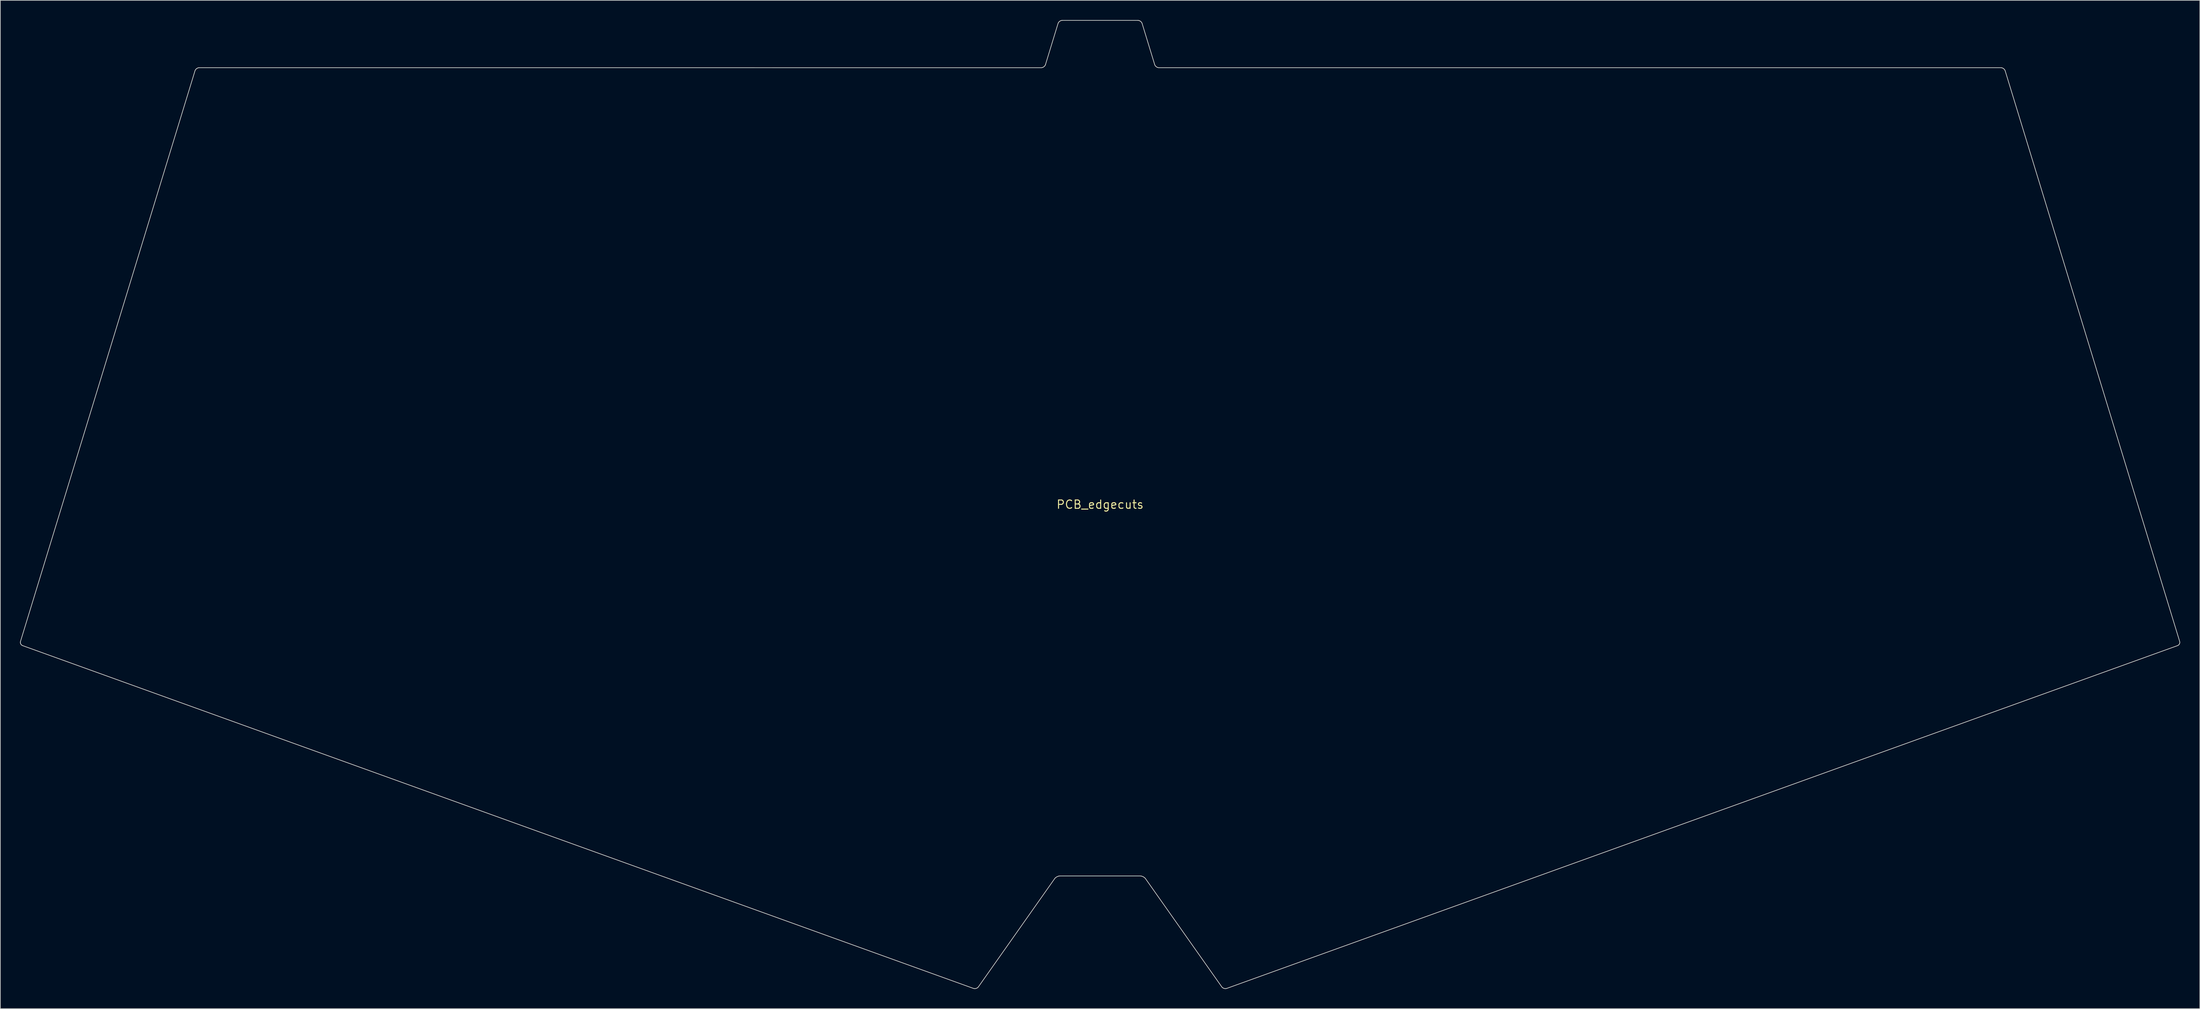
<source format=kicad_pcb>
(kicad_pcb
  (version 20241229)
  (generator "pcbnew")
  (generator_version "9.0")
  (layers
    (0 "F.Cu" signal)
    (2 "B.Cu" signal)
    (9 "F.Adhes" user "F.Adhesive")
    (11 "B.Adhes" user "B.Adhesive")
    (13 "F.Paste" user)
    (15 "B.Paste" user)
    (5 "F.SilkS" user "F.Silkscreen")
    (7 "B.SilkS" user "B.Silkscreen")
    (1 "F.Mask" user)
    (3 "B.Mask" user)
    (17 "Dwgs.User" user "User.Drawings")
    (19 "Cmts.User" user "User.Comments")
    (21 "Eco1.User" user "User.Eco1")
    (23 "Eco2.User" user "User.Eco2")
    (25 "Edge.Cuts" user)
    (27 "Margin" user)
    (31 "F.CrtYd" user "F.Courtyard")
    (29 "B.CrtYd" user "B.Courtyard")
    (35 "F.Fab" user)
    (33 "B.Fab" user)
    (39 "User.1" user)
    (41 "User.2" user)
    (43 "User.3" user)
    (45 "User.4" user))
  (footprint "PCB_edgecuts"
    (layer "F.Cu")
    (at 164.31 73.718)
    (property "Reference" "PCB_edgecuts" (at 0 0 0) (layer "F.SilkS") (effects (font (size 1.27 1.27) (thickness 0.15))))
    (attr through_hole)
    (fp_line (start -164.26 21.026) (end -164.242 21.123) (stroke (width 0.1) (type solid)) (layer "Edge.Cuts"))
    (fp_line (start -164.26 20.927) (end -164.26 21.026) (stroke (width 0.1) (type solid)) (layer "Edge.Cuts"))
    (fp_line (start -164.242 21.123) (end -164.206 21.215) (stroke (width 0.1) (type solid)) (layer "Edge.Cuts"))
    (fp_line (start -164.24 20.827) (end -164.26 20.927) (stroke (width 0.1) (type solid)) (layer "Edge.Cuts"))
    (fp_line (start -164.206 21.215) (end -164.154 21.298) (stroke (width 0.1) (type solid)) (layer "Edge.Cuts"))
    (fp_line (start -164.154 21.298) (end -164.088 21.371) (stroke (width 0.1) (type solid)) (layer "Edge.Cuts"))
    (fp_line (start -164.088 21.371) (end -164.008 21.431) (stroke (width 0.1) (type solid)) (layer "Edge.Cuts"))
    (fp_line (start -164.008 21.431) (end -163.916 21.475) (stroke (width 0.1) (type solid)) (layer "Edge.Cuts"))
    (fp_line (start -163.916 21.475) (end -19.27 73.634) (stroke (width 0.1) (type solid)) (layer "Edge.Cuts"))
    (fp_line (start -137.696 -65.991) (end -164.24 20.827) (stroke (width 0.1) (type solid)) (layer "Edge.Cuts"))
    (fp_line (start -137.656 -66.088) (end -137.696 -65.991) (stroke (width 0.1) (type solid)) (layer "Edge.Cuts"))
    (fp_line (start -137.6 -66.177) (end -137.656 -66.088) (stroke (width 0.1) (type solid)) (layer "Edge.Cuts"))
    (fp_line (start -137.529 -66.259) (end -137.6 -66.177) (stroke (width 0.1) (type solid)) (layer "Edge.Cuts"))
    (fp_line (start -137.446 -66.329) (end -137.529 -66.259) (stroke (width 0.1) (type solid)) (layer "Edge.Cuts"))
    (fp_line (start -137.354 -66.388) (end -137.446 -66.329) (stroke (width 0.1) (type solid)) (layer "Edge.Cuts"))
    (fp_line (start -137.256 -66.432) (end -137.354 -66.388) (stroke (width 0.1) (type solid)) (layer "Edge.Cuts"))
    (fp_line (start -137.154 -66.46) (end -137.256 -66.432) (stroke (width 0.1) (type solid)) (layer "Edge.Cuts"))
    (fp_line (start -137.05 -66.469) (end -137.154 -66.46) (stroke (width 0.1) (type solid)) (layer "Edge.Cuts"))
    (fp_line (start -19.27 73.634) (end -19.169 73.66) (stroke (width 0.1) (type solid)) (layer "Edge.Cuts"))
    (fp_line (start -19.169 73.66) (end -19.064 73.668) (stroke (width 0.1) (type solid)) (layer "Edge.Cuts"))
    (fp_line (start -19.064 73.668) (end -18.958 73.659) (stroke (width 0.1) (type solid)) (layer "Edge.Cuts"))
    (fp_line (start -18.958 73.659) (end -18.853 73.634) (stroke (width 0.1) (type solid)) (layer "Edge.Cuts"))
    (fp_line (start -18.853 73.634) (end -18.753 73.594) (stroke (width 0.1) (type solid)) (layer "Edge.Cuts"))
    (fp_line (start -18.753 73.594) (end -18.66 73.54) (stroke (width 0.1) (type solid)) (layer "Edge.Cuts"))
    (fp_line (start -18.66 73.54) (end -18.579 73.473) (stroke (width 0.1) (type solid)) (layer "Edge.Cuts"))
    (fp_line (start -18.579 73.473) (end -18.511 73.395) (stroke (width 0.1) (type solid)) (layer "Edge.Cuts"))
    (fp_line (start -18.511 73.395) (end -6.908 56.931) (stroke (width 0.1) (type solid)) (layer "Edge.Cuts"))
    (fp_line (start -8.951 -66.466) (end -137.05 -66.469) (stroke (width 0.1) (type solid)) (layer "Edge.Cuts"))
    (fp_line (start -8.847 -66.476) (end -8.951 -66.466) (stroke (width 0.1) (type solid)) (layer "Edge.Cuts"))
    (fp_line (start -8.745 -66.504) (end -8.847 -66.476) (stroke (width 0.1) (type solid)) (layer "Edge.Cuts"))
    (fp_line (start -8.646 -66.548) (end -8.745 -66.504) (stroke (width 0.1) (type solid)) (layer "Edge.Cuts"))
    (fp_line (start -8.554 -66.606) (end -8.646 -66.548) (stroke (width 0.1) (type solid)) (layer "Edge.Cuts"))
    (fp_line (start -8.472 -66.677) (end -8.554 -66.606) (stroke (width 0.1) (type solid)) (layer "Edge.Cuts"))
    (fp_line (start -8.401 -66.759) (end -8.472 -66.677) (stroke (width 0.1) (type solid)) (layer "Edge.Cuts"))
    (fp_line (start -8.344 -66.848) (end -8.401 -66.759) (stroke (width 0.1) (type solid)) (layer "Edge.Cuts"))
    (fp_line (start -8.305 -66.945) (end -8.344 -66.848) (stroke (width 0.1) (type solid)) (layer "Edge.Cuts"))
    (fp_line (start -8.305 -66.945) (end -8.305 -66.945) (stroke (width 0.1) (type solid)) (layer "Edge.Cuts"))
    (fp_line (start -6.908 56.931) (end -6.84 56.849) (stroke (width 0.1) (type solid)) (layer "Edge.Cuts"))
    (fp_line (start -6.84 56.849) (end -6.757 56.772) (stroke (width 0.1) (type solid)) (layer "Edge.Cuts"))
    (fp_line (start -6.757 56.772) (end -6.558 56.642) (stroke (width 0.1) (type solid)) (layer "Edge.Cuts"))
    (fp_line (start -6.558 56.642) (end -6.337 56.555) (stroke (width 0.1) (type solid)) (layer "Edge.Cuts"))
    (fp_line (start -6.396 -73.19) (end -8.305 -66.945) (stroke (width 0.1) (type solid)) (layer "Edge.Cuts"))
    (fp_line (start -6.356 -73.287) (end -6.396 -73.19) (stroke (width 0.1) (type solid)) (layer "Edge.Cuts"))
    (fp_line (start -6.337 56.555) (end -6.227 56.531) (stroke (width 0.1) (type solid)) (layer "Edge.Cuts"))
    (fp_line (start -6.3 -73.376) (end -6.356 -73.287) (stroke (width 0.1) (type solid)) (layer "Edge.Cuts"))
    (fp_line (start -6.229 -73.458) (end -6.3 -73.376) (stroke (width 0.1) (type solid)) (layer "Edge.Cuts"))
    (fp_line (start -6.227 56.531) (end -6.12 56.522) (stroke (width 0.1) (type solid)) (layer "Edge.Cuts"))
    (fp_line (start -6.146 -73.528) (end -6.229 -73.458) (stroke (width 0.1) (type solid)) (layer "Edge.Cuts"))
    (fp_line (start -6.12 56.522) (end 6.12 56.522) (stroke (width 0.1) (type solid)) (layer "Edge.Cuts"))
    (fp_line (start -6.054 -73.587) (end -6.146 -73.528) (stroke (width 0.1) (type solid)) (layer "Edge.Cuts"))
    (fp_line (start -5.956 -73.631) (end -6.054 -73.587) (stroke (width 0.1) (type solid)) (layer "Edge.Cuts"))
    (fp_line (start -5.854 -73.659) (end -5.956 -73.631) (stroke (width 0.1) (type solid)) (layer "Edge.Cuts"))
    (fp_line (start -5.75 -73.668) (end -5.854 -73.659) (stroke (width 0.1) (type solid)) (layer "Edge.Cuts"))
    (fp_line (start 5.75 -73.668) (end -5.75 -73.668) (stroke (width 0.1) (type solid)) (layer "Edge.Cuts"))
    (fp_line (start 5.854 -73.659) (end 5.75 -73.668) (stroke (width 0.1) (type solid)) (layer "Edge.Cuts"))
    (fp_line (start 5.956 -73.631) (end 5.854 -73.659) (stroke (width 0.1) (type solid)) (layer "Edge.Cuts"))
    (fp_line (start 6.055 -73.587) (end 5.956 -73.631) (stroke (width 0.1) (type solid)) (layer "Edge.Cuts"))
    (fp_line (start 6.12 56.522) (end 6.227 56.531) (stroke (width 0.1) (type solid)) (layer "Edge.Cuts"))
    (fp_line (start 6.146 -73.528) (end 6.055 -73.587) (stroke (width 0.1) (type solid)) (layer "Edge.Cuts"))
    (fp_line (start 6.227 56.531) (end 6.337 56.555) (stroke (width 0.1) (type solid)) (layer "Edge.Cuts"))
    (fp_line (start 6.229 -73.458) (end 6.146 -73.528) (stroke (width 0.1) (type solid)) (layer "Edge.Cuts"))
    (fp_line (start 6.3 -73.376) (end 6.229 -73.458) (stroke (width 0.1) (type solid)) (layer "Edge.Cuts"))
    (fp_line (start 6.337 56.555) (end 6.558 56.642) (stroke (width 0.1) (type solid)) (layer "Edge.Cuts"))
    (fp_line (start 6.357 -73.287) (end 6.3 -73.376) (stroke (width 0.1) (type solid)) (layer "Edge.Cuts"))
    (fp_line (start 6.396 -73.19) (end 6.357 -73.287) (stroke (width 0.1) (type solid)) (layer "Edge.Cuts"))
    (fp_line (start 6.558 56.642) (end 6.757 56.772) (stroke (width 0.1) (type solid)) (layer "Edge.Cuts"))
    (fp_line (start 6.757 56.772) (end 6.84 56.849) (stroke (width 0.1) (type solid)) (layer "Edge.Cuts"))
    (fp_line (start 6.84 56.849) (end 6.908 56.931) (stroke (width 0.1) (type solid)) (layer "Edge.Cuts"))
    (fp_line (start 6.908 56.931) (end 18.511 73.395) (stroke (width 0.1) (type solid)) (layer "Edge.Cuts"))
    (fp_line (start 8.304 -66.947) (end 6.396 -73.19) (stroke (width 0.1) (type solid)) (layer "Edge.Cuts"))
    (fp_line (start 8.344 -66.85) (end 8.304 -66.947) (stroke (width 0.1) (type solid)) (layer "Edge.Cuts"))
    (fp_line (start 8.4 -66.76) (end 8.344 -66.85) (stroke (width 0.1) (type solid)) (layer "Edge.Cuts"))
    (fp_line (start 8.471 -66.679) (end 8.4 -66.76) (stroke (width 0.1) (type solid)) (layer "Edge.Cuts"))
    (fp_line (start 8.554 -66.608) (end 8.471 -66.679) (stroke (width 0.1) (type solid)) (layer "Edge.Cuts"))
    (fp_line (start 8.646 -66.55) (end 8.554 -66.608) (stroke (width 0.1) (type solid)) (layer "Edge.Cuts"))
    (fp_line (start 8.744 -66.506) (end 8.646 -66.55) (stroke (width 0.1) (type solid)) (layer "Edge.Cuts"))
    (fp_line (start 8.846 -66.478) (end 8.744 -66.506) (stroke (width 0.1) (type solid)) (layer "Edge.Cuts"))
    (fp_line (start 8.95 -66.468) (end 8.846 -66.478) (stroke (width 0.1) (type solid)) (layer "Edge.Cuts"))
    (fp_line (start 18.511 73.395) (end 18.579 73.473) (stroke (width 0.1) (type solid)) (layer "Edge.Cuts"))
    (fp_line (start 18.579 73.473) (end 18.66 73.54) (stroke (width 0.1) (type solid)) (layer "Edge.Cuts"))
    (fp_line (start 18.66 73.54) (end 18.753 73.594) (stroke (width 0.1) (type solid)) (layer "Edge.Cuts"))
    (fp_line (start 18.753 73.594) (end 18.853 73.634) (stroke (width 0.1) (type solid)) (layer "Edge.Cuts"))
    (fp_line (start 18.853 73.634) (end 18.957 73.659) (stroke (width 0.1) (type solid)) (layer "Edge.Cuts"))
    (fp_line (start 18.957 73.659) (end 19.064 73.668) (stroke (width 0.1) (type solid)) (layer "Edge.Cuts"))
    (fp_line (start 19.064 73.668) (end 19.169 73.66) (stroke (width 0.1) (type solid)) (layer "Edge.Cuts"))
    (fp_line (start 19.169 73.66) (end 19.27 73.634) (stroke (width 0.1) (type solid)) (layer "Edge.Cuts"))
    (fp_line (start 19.27 73.634) (end 163.916 21.475) (stroke (width 0.1) (type solid)) (layer "Edge.Cuts"))
    (fp_line (start 137.05 -66.469) (end 8.95 -66.468) (stroke (width 0.1) (type solid)) (layer "Edge.Cuts"))
    (fp_line (start 137.153 -66.459) (end 137.05 -66.469) (stroke (width 0.1) (type solid)) (layer "Edge.Cuts"))
    (fp_line (start 137.256 -66.432) (end 137.153 -66.459) (stroke (width 0.1) (type solid)) (layer "Edge.Cuts"))
    (fp_line (start 137.354 -66.387) (end 137.256 -66.432) (stroke (width 0.1) (type solid)) (layer "Edge.Cuts"))
    (fp_line (start 137.446 -66.329) (end 137.354 -66.387) (stroke (width 0.1) (type solid)) (layer "Edge.Cuts"))
    (fp_line (start 137.529 -66.258) (end 137.446 -66.329) (stroke (width 0.1) (type solid)) (layer "Edge.Cuts"))
    (fp_line (start 137.6 -66.177) (end 137.529 -66.258) (stroke (width 0.1) (type solid)) (layer "Edge.Cuts"))
    (fp_line (start 137.656 -66.087) (end 137.6 -66.177) (stroke (width 0.1) (type solid)) (layer "Edge.Cuts"))
    (fp_line (start 137.696 -65.991) (end 137.656 -66.087) (stroke (width 0.1) (type solid)) (layer "Edge.Cuts"))
    (fp_line (start 163.916 21.475) (end 164.008 21.431) (stroke (width 0.1) (type solid)) (layer "Edge.Cuts"))
    (fp_line (start 164.008 21.431) (end 164.088 21.371) (stroke (width 0.1) (type solid)) (layer "Edge.Cuts"))
    (fp_line (start 164.088 21.371) (end 164.154 21.298) (stroke (width 0.1) (type solid)) (layer "Edge.Cuts"))
    (fp_line (start 164.154 21.298) (end 164.206 21.215) (stroke (width 0.1) (type solid)) (layer "Edge.Cuts"))
    (fp_line (start 164.206 21.215) (end 164.242 21.123) (stroke (width 0.1) (type solid)) (layer "Edge.Cuts"))
    (fp_line (start 164.24 20.827) (end 137.696 -65.991) (stroke (width 0.1) (type solid)) (layer "Edge.Cuts"))
    (fp_line (start 164.242 21.123) (end 164.26 21.026) (stroke (width 0.1) (type solid)) (layer "Edge.Cuts"))
    (fp_line (start 164.26 20.927) (end 164.24 20.827) (stroke (width 0.1) (type solid)) (layer "Edge.Cuts"))
    (fp_line (start 164.26 21.026) (end 164.26 20.927) (stroke (width 0.1) (type solid)) (layer "Edge.Cuts")))
  (gr_rect
    (start -3 -3)
    (end 331.62 150.436)
    (stroke (width 0.1) (type default))
    (fill no)
    (layer "Edge.Cuts")))
</source>
